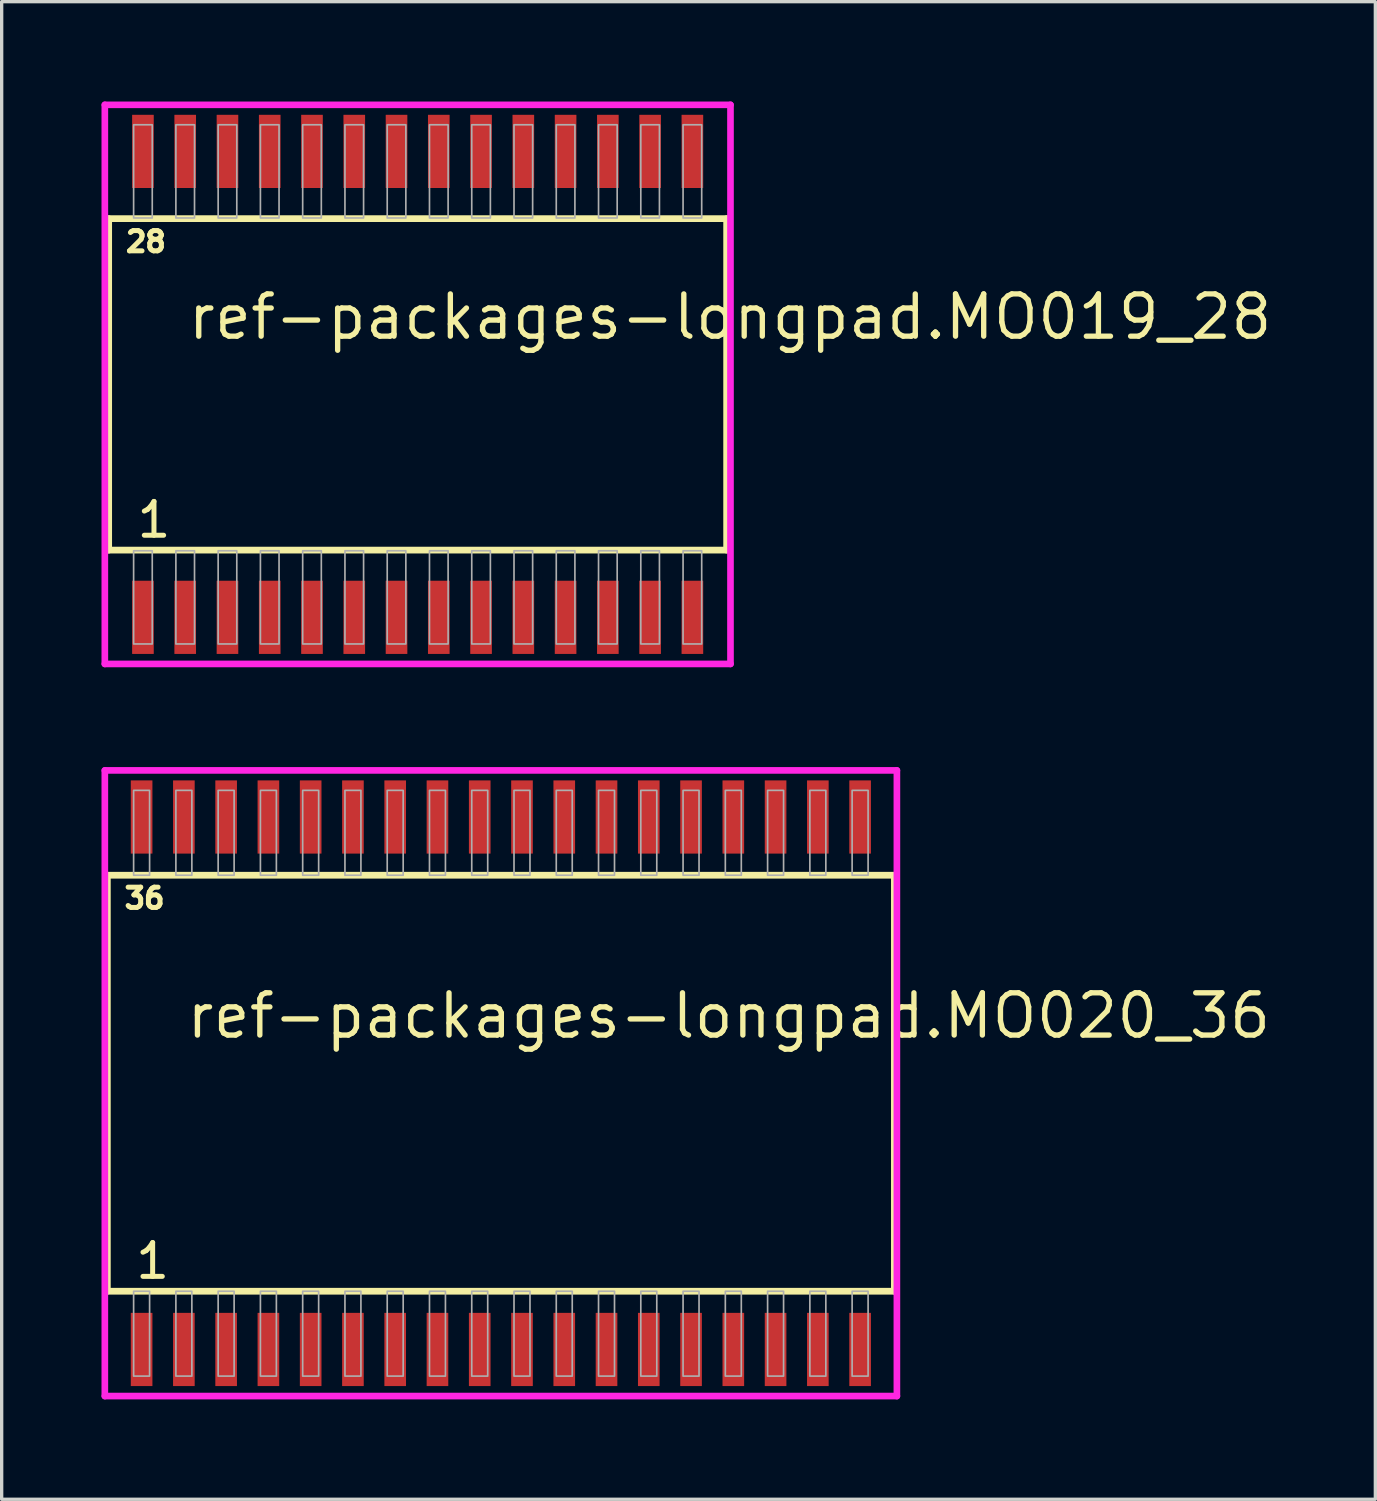
<source format=kicad_pcb>
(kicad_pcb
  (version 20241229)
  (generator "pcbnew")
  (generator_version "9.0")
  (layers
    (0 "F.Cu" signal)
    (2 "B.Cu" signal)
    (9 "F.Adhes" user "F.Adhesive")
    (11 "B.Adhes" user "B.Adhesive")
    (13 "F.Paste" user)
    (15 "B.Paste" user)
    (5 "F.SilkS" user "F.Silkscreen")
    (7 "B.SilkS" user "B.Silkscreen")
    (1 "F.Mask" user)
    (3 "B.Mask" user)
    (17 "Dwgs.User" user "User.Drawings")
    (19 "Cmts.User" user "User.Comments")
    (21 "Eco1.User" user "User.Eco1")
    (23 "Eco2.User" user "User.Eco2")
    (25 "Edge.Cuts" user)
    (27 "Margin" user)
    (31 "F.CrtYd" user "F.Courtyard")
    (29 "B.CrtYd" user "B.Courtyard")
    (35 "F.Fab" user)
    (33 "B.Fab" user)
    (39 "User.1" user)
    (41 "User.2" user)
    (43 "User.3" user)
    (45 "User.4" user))
  (footprint "ref-packages-longpad.MO019_28"
    (layer "F.Cu")
    (at 9.5 8.5)
    (property "Reference" "ref-packages-longpad.MO019_28" (at -6.985 -1.285 0) (layer "F.SilkS") (effects (font (size 1.27 1.27) (thickness 0.16)) (justify left bottom)))
    (attr smd)
    (fp_line (start -9.285 -4.98) (end 9.285 -4.98) (stroke (width 0.203) (type default)) (layer "F.SilkS"))
    (fp_line (start -9.285 4.98) (end -9.285 -4.98) (stroke (width 0.203) (type default)) (layer "F.SilkS"))
    (fp_line (start 9.285 -4.98) (end 9.285 4.98) (stroke (width 0.203) (type default)) (layer "F.SilkS"))
    (fp_line (start 9.285 4.98) (end -9.285 4.98) (stroke (width 0.203) (type default)) (layer "F.SilkS"))
    (fp_line (start -9.4 -8.4) (end 9.4 -8.4) (stroke (width 0.2) (type default)) (layer "F.CrtYd"))
    (fp_line (start -9.4 8.4) (end -9.4 -8.4) (stroke (width 0.2) (type default)) (layer "F.CrtYd"))
    (fp_line (start 9.4 -8.4) (end 9.4 8.4) (stroke (width 0.2) (type default)) (layer "F.CrtYd"))
    (fp_line (start 9.4 8.4) (end -9.4 8.4) (stroke (width 0.2) (type default)) (layer "F.CrtYd"))
    (fp_rect (start -8.535 -5) (end -7.975 -7.8) (stroke (width 0.05) (type default)) (fill no) (layer "F.Fab"))
    (fp_rect (start -8.535 7.8) (end -7.975 5) (stroke (width 0.05) (type default)) (fill no) (layer "F.Fab"))
    (fp_rect (start -7.265 -5) (end -6.705 -7.8) (stroke (width 0.05) (type default)) (fill no) (layer "F.Fab"))
    (fp_rect (start -7.265 7.8) (end -6.705 5) (stroke (width 0.05) (type default)) (fill no) (layer "F.Fab"))
    (fp_rect (start -5.995 -5) (end -5.435 -7.8) (stroke (width 0.05) (type default)) (fill no) (layer "F.Fab"))
    (fp_rect (start -5.995 7.8) (end -5.435 5) (stroke (width 0.05) (type default)) (fill no) (layer "F.Fab"))
    (fp_rect (start -4.725 -5) (end -4.165 -7.8) (stroke (width 0.05) (type default)) (fill no) (layer "F.Fab"))
    (fp_rect (start -4.725 7.8) (end -4.165 5) (stroke (width 0.05) (type default)) (fill no) (layer "F.Fab"))
    (fp_rect (start -3.455 -5) (end -2.895 -7.8) (stroke (width 0.05) (type default)) (fill no) (layer "F.Fab"))
    (fp_rect (start -3.455 7.8) (end -2.895 5) (stroke (width 0.05) (type default)) (fill no) (layer "F.Fab"))
    (fp_rect (start -2.185 -5) (end -1.625 -7.8) (stroke (width 0.05) (type default)) (fill no) (layer "F.Fab"))
    (fp_rect (start -2.185 7.8) (end -1.625 5) (stroke (width 0.05) (type default)) (fill no) (layer "F.Fab"))
    (fp_rect (start -0.915 -5) (end -0.355 -7.8) (stroke (width 0.05) (type default)) (fill no) (layer "F.Fab"))
    (fp_rect (start -0.915 7.8) (end -0.355 5) (stroke (width 0.05) (type default)) (fill no) (layer "F.Fab"))
    (fp_rect (start 0.355 -5) (end 0.915 -7.8) (stroke (width 0.05) (type default)) (fill no) (layer "F.Fab"))
    (fp_rect (start 0.355 7.8) (end 0.915 5) (stroke (width 0.05) (type default)) (fill no) (layer "F.Fab"))
    (fp_rect (start 1.625 -5) (end 2.185 -7.8) (stroke (width 0.05) (type default)) (fill no) (layer "F.Fab"))
    (fp_rect (start 1.625 7.8) (end 2.185 5) (stroke (width 0.05) (type default)) (fill no) (layer "F.Fab"))
    (fp_rect (start 2.895 -5) (end 3.455 -7.8) (stroke (width 0.05) (type default)) (fill no) (layer "F.Fab"))
    (fp_rect (start 2.895 7.8) (end 3.455 5) (stroke (width 0.05) (type default)) (fill no) (layer "F.Fab"))
    (fp_rect (start 4.165 -5) (end 4.725 -7.8) (stroke (width 0.05) (type default)) (fill no) (layer "F.Fab"))
    (fp_rect (start 4.165 7.8) (end 4.725 5) (stroke (width 0.05) (type default)) (fill no) (layer "F.Fab"))
    (fp_rect (start 5.435 -5) (end 5.995 -7.8) (stroke (width 0.05) (type default)) (fill no) (layer "F.Fab"))
    (fp_rect (start 5.435 7.8) (end 5.995 5) (stroke (width 0.05) (type default)) (fill no) (layer "F.Fab"))
    (fp_rect (start 6.705 -5) (end 7.265 -7.8) (stroke (width 0.05) (type default)) (fill no) (layer "F.Fab"))
    (fp_rect (start 6.705 7.8) (end 7.265 5) (stroke (width 0.05) (type default)) (fill no) (layer "F.Fab"))
    (fp_rect (start 7.975 -5) (end 8.535 -7.8) (stroke (width 0.05) (type default)) (fill no) (layer "F.Fab"))
    (fp_rect (start 7.975 7.8) (end 8.535 5) (stroke (width 0.05) (type default)) (fill no) (layer "F.Fab"))
    (fp_text user "28" (at -8.846 -3.93 0) (layer "F.SilkS") (effects (font (size 0.61 0.61) (thickness 0.15)) (justify left bottom)))
    (fp_text user "1" (at -8.506 4.665 0) (layer "F.SilkS") (effects (font (size 1.016 1.016) (thickness 0.15)) (justify left bottom)))
    (pad "1" smd roundrect (at -8.255 7) (size 0.65 2.2) (layers "F.Cu" "F.Mask" "F.Paste") (roundrect_rratio 0.01))
    (pad "2" smd roundrect (at -6.985 7) (size 0.65 2.2) (layers "F.Cu" "F.Mask" "F.Paste") (roundrect_rratio 0.01))
    (pad "3" smd roundrect (at -5.715 7) (size 0.65 2.2) (layers "F.Cu" "F.Mask" "F.Paste") (roundrect_rratio 0.01))
    (pad "4" smd roundrect (at -4.445 7) (size 0.65 2.2) (layers "F.Cu" "F.Mask" "F.Paste") (roundrect_rratio 0.01))
    (pad "5" smd roundrect (at -3.175 7) (size 0.65 2.2) (layers "F.Cu" "F.Mask" "F.Paste") (roundrect_rratio 0.01))
    (pad "6" smd roundrect (at -1.905 7) (size 0.65 2.2) (layers "F.Cu" "F.Mask" "F.Paste") (roundrect_rratio 0.01))
    (pad "7" smd roundrect (at -0.635 7) (size 0.65 2.2) (layers "F.Cu" "F.Mask" "F.Paste") (roundrect_rratio 0.01))
    (pad "8" smd roundrect (at 0.635 7) (size 0.65 2.2) (layers "F.Cu" "F.Mask" "F.Paste") (roundrect_rratio 0.01))
    (pad "9" smd roundrect (at 1.905 7) (size 0.65 2.2) (layers "F.Cu" "F.Mask" "F.Paste") (roundrect_rratio 0.01))
    (pad "10" smd roundrect (at 3.175 7) (size 0.65 2.2) (layers "F.Cu" "F.Mask" "F.Paste") (roundrect_rratio 0.01))
    (pad "11" smd roundrect (at 4.445 7) (size 0.65 2.2) (layers "F.Cu" "F.Mask" "F.Paste") (roundrect_rratio 0.01))
    (pad "12" smd roundrect (at 5.715 7) (size 0.65 2.2) (layers "F.Cu" "F.Mask" "F.Paste") (roundrect_rratio 0.01))
    (pad "13" smd roundrect (at 6.985 7) (size 0.65 2.2) (layers "F.Cu" "F.Mask" "F.Paste") (roundrect_rratio 0.01))
    (pad "14" smd roundrect (at 8.255 7) (size 0.65 2.2) (layers "F.Cu" "F.Mask" "F.Paste") (roundrect_rratio 0.01))
    (pad "15" smd roundrect (at 8.255 -7) (size 0.65 2.2) (layers "F.Cu" "F.Mask" "F.Paste") (roundrect_rratio 0.01))
    (pad "16" smd roundrect (at 6.985 -7) (size 0.65 2.2) (layers "F.Cu" "F.Mask" "F.Paste") (roundrect_rratio 0.01))
    (pad "17" smd roundrect (at 5.715 -7) (size 0.65 2.2) (layers "F.Cu" "F.Mask" "F.Paste") (roundrect_rratio 0.01))
    (pad "18" smd roundrect (at 4.445 -7) (size 0.65 2.2) (layers "F.Cu" "F.Mask" "F.Paste") (roundrect_rratio 0.01))
    (pad "19" smd roundrect (at 3.175 -7) (size 0.65 2.2) (layers "F.Cu" "F.Mask" "F.Paste") (roundrect_rratio 0.01))
    (pad "20" smd roundrect (at 1.905 -7) (size 0.65 2.2) (layers "F.Cu" "F.Mask" "F.Paste") (roundrect_rratio 0.01))
    (pad "21" smd roundrect (at 0.635 -7) (size 0.65 2.2) (layers "F.Cu" "F.Mask" "F.Paste") (roundrect_rratio 0.01))
    (pad "22" smd roundrect (at -0.635 -7) (size 0.65 2.2) (layers "F.Cu" "F.Mask" "F.Paste") (roundrect_rratio 0.01))
    (pad "23" smd roundrect (at -1.905 -7) (size 0.65 2.2) (layers "F.Cu" "F.Mask" "F.Paste") (roundrect_rratio 0.01))
    (pad "24" smd roundrect (at -3.175 -7) (size 0.65 2.2) (layers "F.Cu" "F.Mask" "F.Paste") (roundrect_rratio 0.01))
    (pad "25" smd roundrect (at -4.445 -7) (size 0.65 2.2) (layers "F.Cu" "F.Mask" "F.Paste") (roundrect_rratio 0.01))
    (pad "26" smd roundrect (at -5.715 -7) (size 0.65 2.2) (layers "F.Cu" "F.Mask" "F.Paste") (roundrect_rratio 0.01))
    (pad "27" smd roundrect (at -6.985 -7) (size 0.65 2.2) (layers "F.Cu" "F.Mask" "F.Paste") (roundrect_rratio 0.01))
    (pad "28" smd roundrect (at -8.255 -7) (size 0.65 2.2) (layers "F.Cu" "F.Mask" "F.Paste") (roundrect_rratio 0.01)))
  (footprint "ref-packages-longpad.MO020_36"
    (layer "F.Cu")
    (at 12 29.5)
    (property "Reference" "ref-packages-longpad.MO020_36" (at -9.525 -1.285 0) (layer "F.SilkS") (effects (font (size 1.27 1.27) (thickness 0.16)) (justify left bottom)))
    (attr smd)
    (fp_line (start -11.825 -6.25) (end 11.825 -6.25) (stroke (width 0.203) (type default)) (layer "F.SilkS"))
    (fp_line (start -11.825 6.25) (end -11.825 -6.25) (stroke (width 0.203) (type default)) (layer "F.SilkS"))
    (fp_line (start 11.825 -6.25) (end 11.825 6.25) (stroke (width 0.203) (type default)) (layer "F.SilkS"))
    (fp_line (start 11.825 6.25) (end -11.825 6.25) (stroke (width 0.203) (type default)) (layer "F.SilkS"))
    (fp_line (start -11.9 -9.4) (end 11.9 -9.4) (stroke (width 0.2) (type default)) (layer "F.CrtYd"))
    (fp_line (start -11.9 9.4) (end -11.9 -9.4) (stroke (width 0.2) (type default)) (layer "F.CrtYd"))
    (fp_line (start 11.9 -9.4) (end 11.9 9.4) (stroke (width 0.2) (type default)) (layer "F.CrtYd"))
    (fp_line (start 11.9 9.4) (end -11.9 9.4) (stroke (width 0.2) (type default)) (layer "F.CrtYd"))
    (fp_rect (start -11.035 -6.25) (end -10.555 -8.8) (stroke (width 0.05) (type default)) (fill no) (layer "F.Fab"))
    (fp_rect (start -11.035 8.8) (end -10.555 6.25) (stroke (width 0.05) (type default)) (fill no) (layer "F.Fab"))
    (fp_rect (start -9.765 -6.25) (end -9.285 -8.8) (stroke (width 0.05) (type default)) (fill no) (layer "F.Fab"))
    (fp_rect (start -9.765 8.8) (end -9.285 6.25) (stroke (width 0.05) (type default)) (fill no) (layer "F.Fab"))
    (fp_rect (start -8.495 -6.25) (end -8.015 -8.8) (stroke (width 0.05) (type default)) (fill no) (layer "F.Fab"))
    (fp_rect (start -8.495 8.8) (end -8.015 6.25) (stroke (width 0.05) (type default)) (fill no) (layer "F.Fab"))
    (fp_rect (start -7.225 -6.25) (end -6.745 -8.8) (stroke (width 0.05) (type default)) (fill no) (layer "F.Fab"))
    (fp_rect (start -7.225 8.8) (end -6.745 6.25) (stroke (width 0.05) (type default)) (fill no) (layer "F.Fab"))
    (fp_rect (start -5.955 -6.25) (end -5.475 -8.8) (stroke (width 0.05) (type default)) (fill no) (layer "F.Fab"))
    (fp_rect (start -5.955 8.8) (end -5.475 6.25) (stroke (width 0.05) (type default)) (fill no) (layer "F.Fab"))
    (fp_rect (start -4.685 -6.25) (end -4.205 -8.8) (stroke (width 0.05) (type default)) (fill no) (layer "F.Fab"))
    (fp_rect (start -4.685 8.8) (end -4.205 6.25) (stroke (width 0.05) (type default)) (fill no) (layer "F.Fab"))
    (fp_rect (start -3.415 -6.25) (end -2.935 -8.8) (stroke (width 0.05) (type default)) (fill no) (layer "F.Fab"))
    (fp_rect (start -3.415 8.8) (end -2.935 6.25) (stroke (width 0.05) (type default)) (fill no) (layer "F.Fab"))
    (fp_rect (start -2.145 -6.25) (end -1.665 -8.8) (stroke (width 0.05) (type default)) (fill no) (layer "F.Fab"))
    (fp_rect (start -2.145 8.8) (end -1.665 6.25) (stroke (width 0.05) (type default)) (fill no) (layer "F.Fab"))
    (fp_rect (start -0.875 -6.25) (end -0.395 -8.8) (stroke (width 0.05) (type default)) (fill no) (layer "F.Fab"))
    (fp_rect (start -0.875 8.8) (end -0.395 6.25) (stroke (width 0.05) (type default)) (fill no) (layer "F.Fab"))
    (fp_rect (start 0.395 -6.25) (end 0.875 -8.8) (stroke (width 0.05) (type default)) (fill no) (layer "F.Fab"))
    (fp_rect (start 0.395 8.8) (end 0.875 6.25) (stroke (width 0.05) (type default)) (fill no) (layer "F.Fab"))
    (fp_rect (start 1.665 -6.25) (end 2.145 -8.8) (stroke (width 0.05) (type default)) (fill no) (layer "F.Fab"))
    (fp_rect (start 1.665 8.8) (end 2.145 6.25) (stroke (width 0.05) (type default)) (fill no) (layer "F.Fab"))
    (fp_rect (start 2.935 -6.25) (end 3.415 -8.8) (stroke (width 0.05) (type default)) (fill no) (layer "F.Fab"))
    (fp_rect (start 2.935 8.8) (end 3.415 6.25) (stroke (width 0.05) (type default)) (fill no) (layer "F.Fab"))
    (fp_rect (start 4.205 -6.25) (end 4.685 -8.8) (stroke (width 0.05) (type default)) (fill no) (layer "F.Fab"))
    (fp_rect (start 4.205 8.8) (end 4.685 6.25) (stroke (width 0.05) (type default)) (fill no) (layer "F.Fab"))
    (fp_rect (start 5.475 -6.25) (end 5.955 -8.8) (stroke (width 0.05) (type default)) (fill no) (layer "F.Fab"))
    (fp_rect (start 5.475 8.8) (end 5.955 6.25) (stroke (width 0.05) (type default)) (fill no) (layer "F.Fab"))
    (fp_rect (start 6.745 -6.25) (end 7.225 -8.8) (stroke (width 0.05) (type default)) (fill no) (layer "F.Fab"))
    (fp_rect (start 6.745 8.8) (end 7.225 6.25) (stroke (width 0.05) (type default)) (fill no) (layer "F.Fab"))
    (fp_rect (start 8.015 -6.25) (end 8.495 -8.8) (stroke (width 0.05) (type default)) (fill no) (layer "F.Fab"))
    (fp_rect (start 8.015 8.8) (end 8.495 6.25) (stroke (width 0.05) (type default)) (fill no) (layer "F.Fab"))
    (fp_rect (start 9.285 -6.25) (end 9.765 -8.8) (stroke (width 0.05) (type default)) (fill no) (layer "F.Fab"))
    (fp_rect (start 9.285 8.8) (end 9.765 6.25) (stroke (width 0.05) (type default)) (fill no) (layer "F.Fab"))
    (fp_rect (start 10.555 -6.25) (end 11.035 -8.8) (stroke (width 0.05) (type default)) (fill no) (layer "F.Fab"))
    (fp_rect (start 10.555 8.8) (end 11.035 6.25) (stroke (width 0.05) (type default)) (fill no) (layer "F.Fab"))
    (fp_text user "36" (at -11.386 -5.2 0) (layer "F.SilkS") (effects (font (size 0.61 0.61) (thickness 0.15)) (justify left bottom)))
    (fp_text user "1" (at -11.046 5.935 0) (layer "F.SilkS") (effects (font (size 1.016 1.016) (thickness 0.15)) (justify left bottom)))
    (pad "1" smd roundrect (at -10.795 8) (size 0.65 2.2) (layers "F.Cu" "F.Mask" "F.Paste") (roundrect_rratio 0.01))
    (pad "2" smd roundrect (at -9.525 8) (size 0.65 2.2) (layers "F.Cu" "F.Mask" "F.Paste") (roundrect_rratio 0.01))
    (pad "3" smd roundrect (at -8.255 8) (size 0.65 2.2) (layers "F.Cu" "F.Mask" "F.Paste") (roundrect_rratio 0.01))
    (pad "4" smd roundrect (at -6.985 8) (size 0.65 2.2) (layers "F.Cu" "F.Mask" "F.Paste") (roundrect_rratio 0.01))
    (pad "5" smd roundrect (at -5.715 8) (size 0.65 2.2) (layers "F.Cu" "F.Mask" "F.Paste") (roundrect_rratio 0.01))
    (pad "6" smd roundrect (at -4.445 8) (size 0.65 2.2) (layers "F.Cu" "F.Mask" "F.Paste") (roundrect_rratio 0.01))
    (pad "7" smd roundrect (at -3.175 8) (size 0.65 2.2) (layers "F.Cu" "F.Mask" "F.Paste") (roundrect_rratio 0.01))
    (pad "8" smd roundrect (at -1.905 8) (size 0.65 2.2) (layers "F.Cu" "F.Mask" "F.Paste") (roundrect_rratio 0.01))
    (pad "9" smd roundrect (at -0.635 8) (size 0.65 2.2) (layers "F.Cu" "F.Mask" "F.Paste") (roundrect_rratio 0.01))
    (pad "10" smd roundrect (at 0.635 8) (size 0.65 2.2) (layers "F.Cu" "F.Mask" "F.Paste") (roundrect_rratio 0.01))
    (pad "11" smd roundrect (at 1.905 8) (size 0.65 2.2) (layers "F.Cu" "F.Mask" "F.Paste") (roundrect_rratio 0.01))
    (pad "12" smd roundrect (at 3.175 8) (size 0.65 2.2) (layers "F.Cu" "F.Mask" "F.Paste") (roundrect_rratio 0.01))
    (pad "13" smd roundrect (at 4.445 8) (size 0.65 2.2) (layers "F.Cu" "F.Mask" "F.Paste") (roundrect_rratio 0.01))
    (pad "14" smd roundrect (at 5.715 8) (size 0.65 2.2) (layers "F.Cu" "F.Mask" "F.Paste") (roundrect_rratio 0.01))
    (pad "15" smd roundrect (at 6.985 8) (size 0.65 2.2) (layers "F.Cu" "F.Mask" "F.Paste") (roundrect_rratio 0.01))
    (pad "16" smd roundrect (at 8.255 8) (size 0.65 2.2) (layers "F.Cu" "F.Mask" "F.Paste") (roundrect_rratio 0.01))
    (pad "17" smd roundrect (at 9.525 8) (size 0.65 2.2) (layers "F.Cu" "F.Mask" "F.Paste") (roundrect_rratio 0.01))
    (pad "18" smd roundrect (at 10.795 8) (size 0.65 2.2) (layers "F.Cu" "F.Mask" "F.Paste") (roundrect_rratio 0.01))
    (pad "19" smd roundrect (at 10.795 -8) (size 0.65 2.2) (layers "F.Cu" "F.Mask" "F.Paste") (roundrect_rratio 0.01))
    (pad "20" smd roundrect (at 9.525 -8) (size 0.65 2.2) (layers "F.Cu" "F.Mask" "F.Paste") (roundrect_rratio 0.01))
    (pad "21" smd roundrect (at 8.255 -8) (size 0.65 2.2) (layers "F.Cu" "F.Mask" "F.Paste") (roundrect_rratio 0.01))
    (pad "22" smd roundrect (at 6.985 -8) (size 0.65 2.2) (layers "F.Cu" "F.Mask" "F.Paste") (roundrect_rratio 0.01))
    (pad "23" smd roundrect (at 5.715 -8) (size 0.65 2.2) (layers "F.Cu" "F.Mask" "F.Paste") (roundrect_rratio 0.01))
    (pad "24" smd roundrect (at 4.445 -8) (size 0.65 2.2) (layers "F.Cu" "F.Mask" "F.Paste") (roundrect_rratio 0.01))
    (pad "25" smd roundrect (at 3.175 -8) (size 0.65 2.2) (layers "F.Cu" "F.Mask" "F.Paste") (roundrect_rratio 0.01))
    (pad "26" smd roundrect (at 1.905 -8) (size 0.65 2.2) (layers "F.Cu" "F.Mask" "F.Paste") (roundrect_rratio 0.01))
    (pad "27" smd roundrect (at 0.635 -8) (size 0.65 2.2) (layers "F.Cu" "F.Mask" "F.Paste") (roundrect_rratio 0.01))
    (pad "28" smd roundrect (at -0.635 -8) (size 0.65 2.2) (layers "F.Cu" "F.Mask" "F.Paste") (roundrect_rratio 0.01))
    (pad "29" smd roundrect (at -1.905 -8) (size 0.65 2.2) (layers "F.Cu" "F.Mask" "F.Paste") (roundrect_rratio 0.01))
    (pad "30" smd roundrect (at -3.175 -8) (size 0.65 2.2) (layers "F.Cu" "F.Mask" "F.Paste") (roundrect_rratio 0.01))
    (pad "31" smd roundrect (at -4.445 -8) (size 0.65 2.2) (layers "F.Cu" "F.Mask" "F.Paste") (roundrect_rratio 0.01))
    (pad "32" smd roundrect (at -5.715 -8) (size 0.65 2.2) (layers "F.Cu" "F.Mask" "F.Paste") (roundrect_rratio 0.01))
    (pad "33" smd roundrect (at -6.985 -8) (size 0.65 2.2) (layers "F.Cu" "F.Mask" "F.Paste") (roundrect_rratio 0.01))
    (pad "34" smd roundrect (at -8.255 -8) (size 0.65 2.2) (layers "F.Cu" "F.Mask" "F.Paste") (roundrect_rratio 0.01))
    (pad "35" smd roundrect (at -9.525 -8) (size 0.65 2.2) (layers "F.Cu" "F.Mask" "F.Paste") (roundrect_rratio 0.01))
    (pad "36" smd roundrect (at -10.795 -8) (size 0.65 2.2) (layers "F.Cu" "F.Mask" "F.Paste") (roundrect_rratio 0.01)))
  (gr_rect
    (start -3 -3)
    (end 38.277 42)
    (stroke (width 0.1) (type default))
    (fill no)
    (layer "Edge.Cuts")))
</source>
